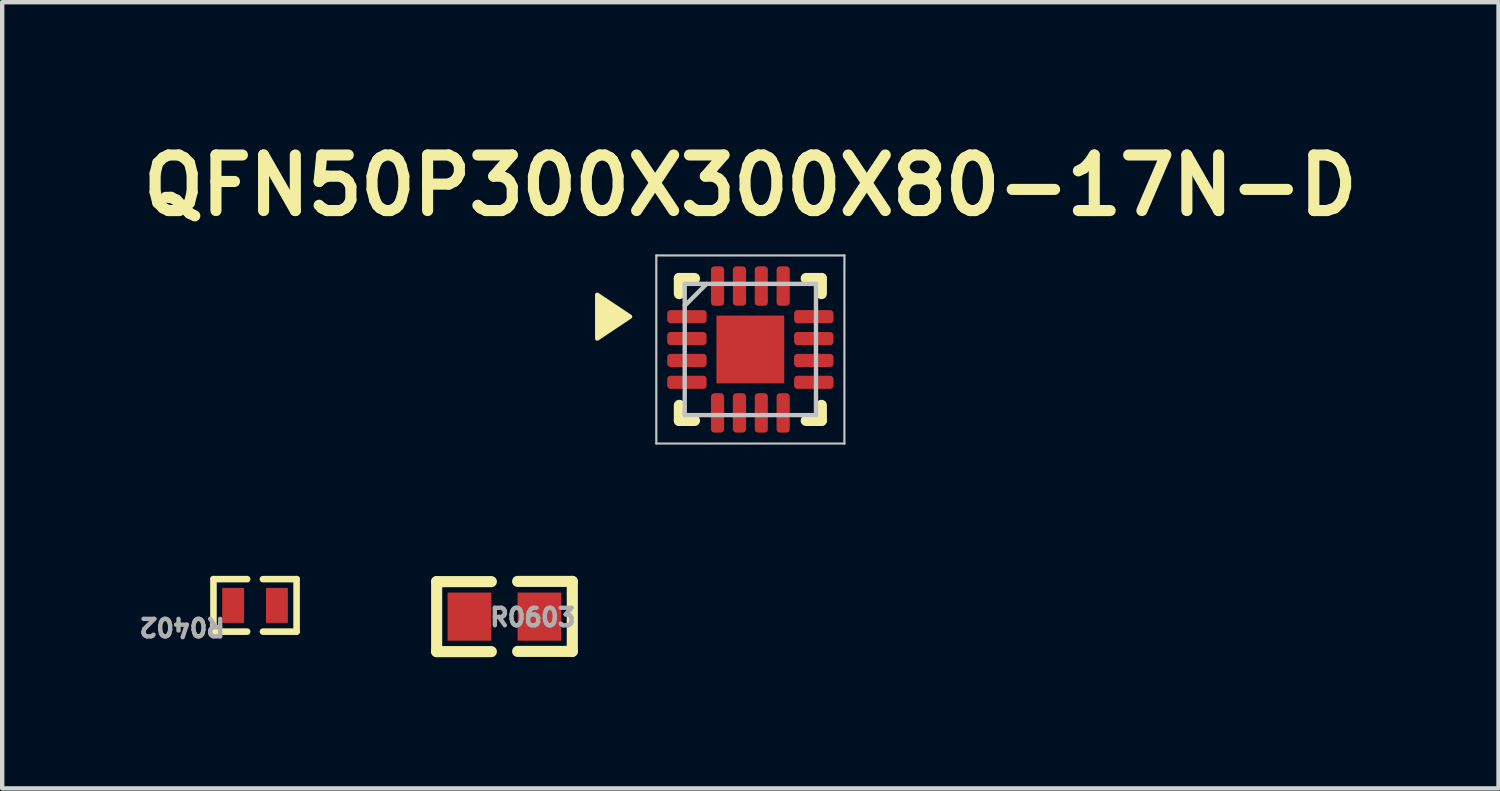
<source format=kicad_pcb>
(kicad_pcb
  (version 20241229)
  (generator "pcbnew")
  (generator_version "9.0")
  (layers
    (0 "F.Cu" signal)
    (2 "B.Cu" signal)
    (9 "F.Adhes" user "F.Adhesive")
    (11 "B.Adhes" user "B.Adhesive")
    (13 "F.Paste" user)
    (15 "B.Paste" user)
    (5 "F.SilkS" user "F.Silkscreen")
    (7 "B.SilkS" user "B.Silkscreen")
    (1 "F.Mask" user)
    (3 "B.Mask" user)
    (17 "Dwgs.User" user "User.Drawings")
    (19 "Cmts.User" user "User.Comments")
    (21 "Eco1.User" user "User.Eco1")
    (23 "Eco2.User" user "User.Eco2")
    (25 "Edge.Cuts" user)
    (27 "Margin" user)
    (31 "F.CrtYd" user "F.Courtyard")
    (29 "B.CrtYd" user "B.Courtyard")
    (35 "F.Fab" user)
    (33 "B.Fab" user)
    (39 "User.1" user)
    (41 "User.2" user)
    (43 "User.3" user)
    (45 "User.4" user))
  (footprint "QFN50P300X300X80-17N-D"
    (layer "F.Cu")
    (at 14.103 4.939)
    (property "Reference" "QFN50P300X300X80-17N-D" (at 0 -3.75 0) (layer "F.SilkS") (effects (font (size 1.27 1.27) (thickness 0.254))))
    (attr smd)
    (fp_line (start -1.625 -1.625) (end -1.625 -1.275) (stroke (width 0.25) (type solid)) (layer "F.SilkS"))
    (fp_line (start -1.625 -1.625) (end -1.275 -1.625) (stroke (width 0.25) (type solid)) (layer "F.SilkS"))
    (fp_line (start -1.625 1.625) (end -1.625 1.275) (stroke (width 0.25) (type solid)) (layer "F.SilkS"))
    (fp_line (start -1.625 1.625) (end -1.275 1.625) (stroke (width 0.25) (type solid)) (layer "F.SilkS"))
    (fp_line (start 1.625 -1.625) (end 1.275 -1.625) (stroke (width 0.25) (type solid)) (layer "F.SilkS"))
    (fp_line (start 1.625 -1.625) (end 1.625 -1.275) (stroke (width 0.25) (type solid)) (layer "F.SilkS"))
    (fp_line (start 1.625 1.625) (end 1.275 1.625) (stroke (width 0.25) (type solid)) (layer "F.SilkS"))
    (fp_line (start 1.625 1.625) (end 1.625 1.275) (stroke (width 0.25) (type solid)) (layer "F.SilkS"))
    (fp_poly (pts (xy -2.75 -0.75) (xy -3.5 -0.25) (xy -3.5 -1.25)) (stroke (width 0.1) (type solid)) (fill yes) (layer "F.SilkS"))
    (fp_line (start -2.15 -2.15) (end 2.15 -2.15) (stroke (width 0.05) (type solid)) (layer "Dwgs.User"))
    (fp_line (start -2.15 2.15) (end -2.15 -2.15) (stroke (width 0.05) (type solid)) (layer "Dwgs.User"))
    (fp_line (start -1.5 -1.5) (end 1.5 -1.5) (stroke (width 0.1) (type solid)) (layer "Dwgs.User"))
    (fp_line (start -1.5 -1) (end -1 -1.5) (stroke (width 0.1) (type solid)) (layer "Dwgs.User"))
    (fp_line (start -1.5 1.5) (end -1.5 -1.5) (stroke (width 0.1) (type solid)) (layer "Dwgs.User"))
    (fp_line (start 1.5 -1.5) (end 1.5 1.5) (stroke (width 0.1) (type solid)) (layer "Dwgs.User"))
    (fp_line (start 1.5 1.5) (end -1.5 1.5) (stroke (width 0.1) (type solid)) (layer "Dwgs.User"))
    (fp_line (start 2.15 -2.15) (end 2.15 2.15) (stroke (width 0.05) (type solid)) (layer "Dwgs.User"))
    (fp_line (start 2.15 2.15) (end -2.15 2.15) (stroke (width 0.05) (type solid)) (layer "Dwgs.User"))
    (pad "1" smd roundrect (at -1.45 -0.75 90) (size 0.3 0.9) (layers "F.Cu" "F.Mask" "F.Paste") (roundrect_rratio 0.25))
    (pad "2" smd roundrect (at -1.45 -0.25 90) (size 0.3 0.9) (layers "F.Cu" "F.Mask" "F.Paste") (roundrect_rratio 0.25))
    (pad "3" smd roundrect (at -1.45 0.25 90) (size 0.3 0.9) (layers "F.Cu" "F.Mask" "F.Paste") (roundrect_rratio 0.25))
    (pad "4" smd roundrect (at -1.45 0.75 90) (size 0.3 0.9) (layers "F.Cu" "F.Mask" "F.Paste") (roundrect_rratio 0.25))
    (pad "5" smd roundrect (at -0.75 1.45) (size 0.3 0.9) (layers "F.Cu" "F.Mask" "F.Paste") (roundrect_rratio 0.25))
    (pad "6" smd roundrect (at -0.25 1.45) (size 0.3 0.9) (layers "F.Cu" "F.Mask" "F.Paste") (roundrect_rratio 0.25))
    (pad "7" smd roundrect (at 0.25 1.45) (size 0.3 0.9) (layers "F.Cu" "F.Mask" "F.Paste") (roundrect_rratio 0.25))
    (pad "8" smd roundrect (at 0.75 1.45) (size 0.3 0.9) (layers "F.Cu" "F.Mask" "F.Paste") (roundrect_rratio 0.25))
    (pad "9" smd roundrect (at 1.45 0.75 90) (size 0.3 0.9) (layers "F.Cu" "F.Mask" "F.Paste") (roundrect_rratio 0.25))
    (pad "10" smd roundrect (at 1.45 0.25 90) (size 0.3 0.9) (layers "F.Cu" "F.Mask" "F.Paste") (roundrect_rratio 0.25))
    (pad "11" smd roundrect (at 1.45 -0.25 90) (size 0.3 0.9) (layers "F.Cu" "F.Mask" "F.Paste") (roundrect_rratio 0.25))
    (pad "12" smd roundrect (at 1.45 -0.75 90) (size 0.3 0.9) (layers "F.Cu" "F.Mask" "F.Paste") (roundrect_rratio 0.25))
    (pad "13" smd roundrect (at 0.75 -1.45) (size 0.3 0.9) (layers "F.Cu" "F.Mask" "F.Paste") (roundrect_rratio 0.25))
    (pad "14" smd roundrect (at 0.25 -1.45) (size 0.3 0.9) (layers "F.Cu" "F.Mask" "F.Paste") (roundrect_rratio 0.25))
    (pad "15" smd roundrect (at -0.25 -1.45) (size 0.3 0.9) (layers "F.Cu" "F.Mask" "F.Paste") (roundrect_rratio 0.25))
    (pad "16" smd roundrect (at -0.75 -1.45) (size 0.3 0.9) (layers "F.Cu" "F.Mask" "F.Paste") (roundrect_rratio 0.25))
    (pad "17" smd rect (at 0 0) (size 1.55 1.55) (layers "F.Cu" "F.Mask" "F.Paste")))
  (footprint "R0603"
    (layer "F.Cu")
    (at 8.482 11.046)
    (property "Reference" "R0603" (at -0.381 0.252 0) (unlocked yes) (layer "F.Fab") (effects (font (size 0.4 0.4) (thickness 0.1)) (justify left bottom)))
    (fp_line (start -1.55 -0.8) (end -1.55 0.8) (stroke (width 0.254) (type default)) (layer "F.SilkS"))
    (fp_line (start -0.3 -0.8) (end -1.55 -0.8) (stroke (width 0.254) (type default)) (layer "F.SilkS"))
    (fp_line (start -0.3 0.8) (end -1.55 0.8) (stroke (width 0.254) (type default)) (layer "F.SilkS"))
    (fp_line (start 0.301 -0.805) (end 1.551 -0.805) (stroke (width 0.254) (type default)) (layer "F.SilkS"))
    (fp_line (start 0.301 0.795) (end 1.551 0.795) (stroke (width 0.254) (type default)) (layer "F.SilkS"))
    (fp_line (start 1.551 -0.805) (end 1.551 0.795) (stroke (width 0.254) (type default)) (layer "F.SilkS"))
    (pad "1" smd rect (at -0.8 0) (size 1 1.1) (layers "F.Cu" "F.Mask" "F.Paste"))
    (pad "2" smd rect (at 0.8 0) (size 1 1.1) (layers "F.Cu" "F.Mask" "F.Paste")))
  (footprint "R0402"
    (layer "F.Cu")
    (at 2.78 10.789)
    (property "Reference" "R0402" (at -0.636 0.254 180) (unlocked yes) (layer "F.Fab") (effects (font (size 0.4 0.4) (thickness 0.1)) (justify left bottom)))
    (fp_line (start -0.95 -0.6) (end -0.18 -0.6) (stroke (width 0.15) (type default)) (layer "F.SilkS"))
    (fp_line (start -0.95 0.6) (end -0.95 -0.6) (stroke (width 0.15) (type default)) (layer "F.SilkS"))
    (fp_line (start -0.95 0.6) (end -0.18 0.6) (stroke (width 0.15) (type default)) (layer "F.SilkS"))
    (fp_line (start 0.95 -0.6) (end 0.18 -0.6) (stroke (width 0.15) (type default)) (layer "F.SilkS"))
    (fp_line (start 0.95 0.6) (end 0.18 0.6) (stroke (width 0.15) (type default)) (layer "F.SilkS"))
    (fp_line (start 0.95 0.6) (end 0.95 -0.6) (stroke (width 0.15) (type default)) (layer "F.SilkS"))
    (pad "1" smd rect (at -0.5 -0.0001) (size 0.5 0.8) (layers "F.Cu" "F.Mask" "F.Paste"))
    (pad "2" smd rect (at 0.5 -0.0001) (size 0.5 0.8) (layers "F.Cu" "F.Mask" "F.Paste")))
  (gr_rect
    (start -3 -3)
    (end 31.206 14.973)
    (stroke (width 0.1) (type default))
    (fill no)
    (layer "Edge.Cuts")))
</source>
